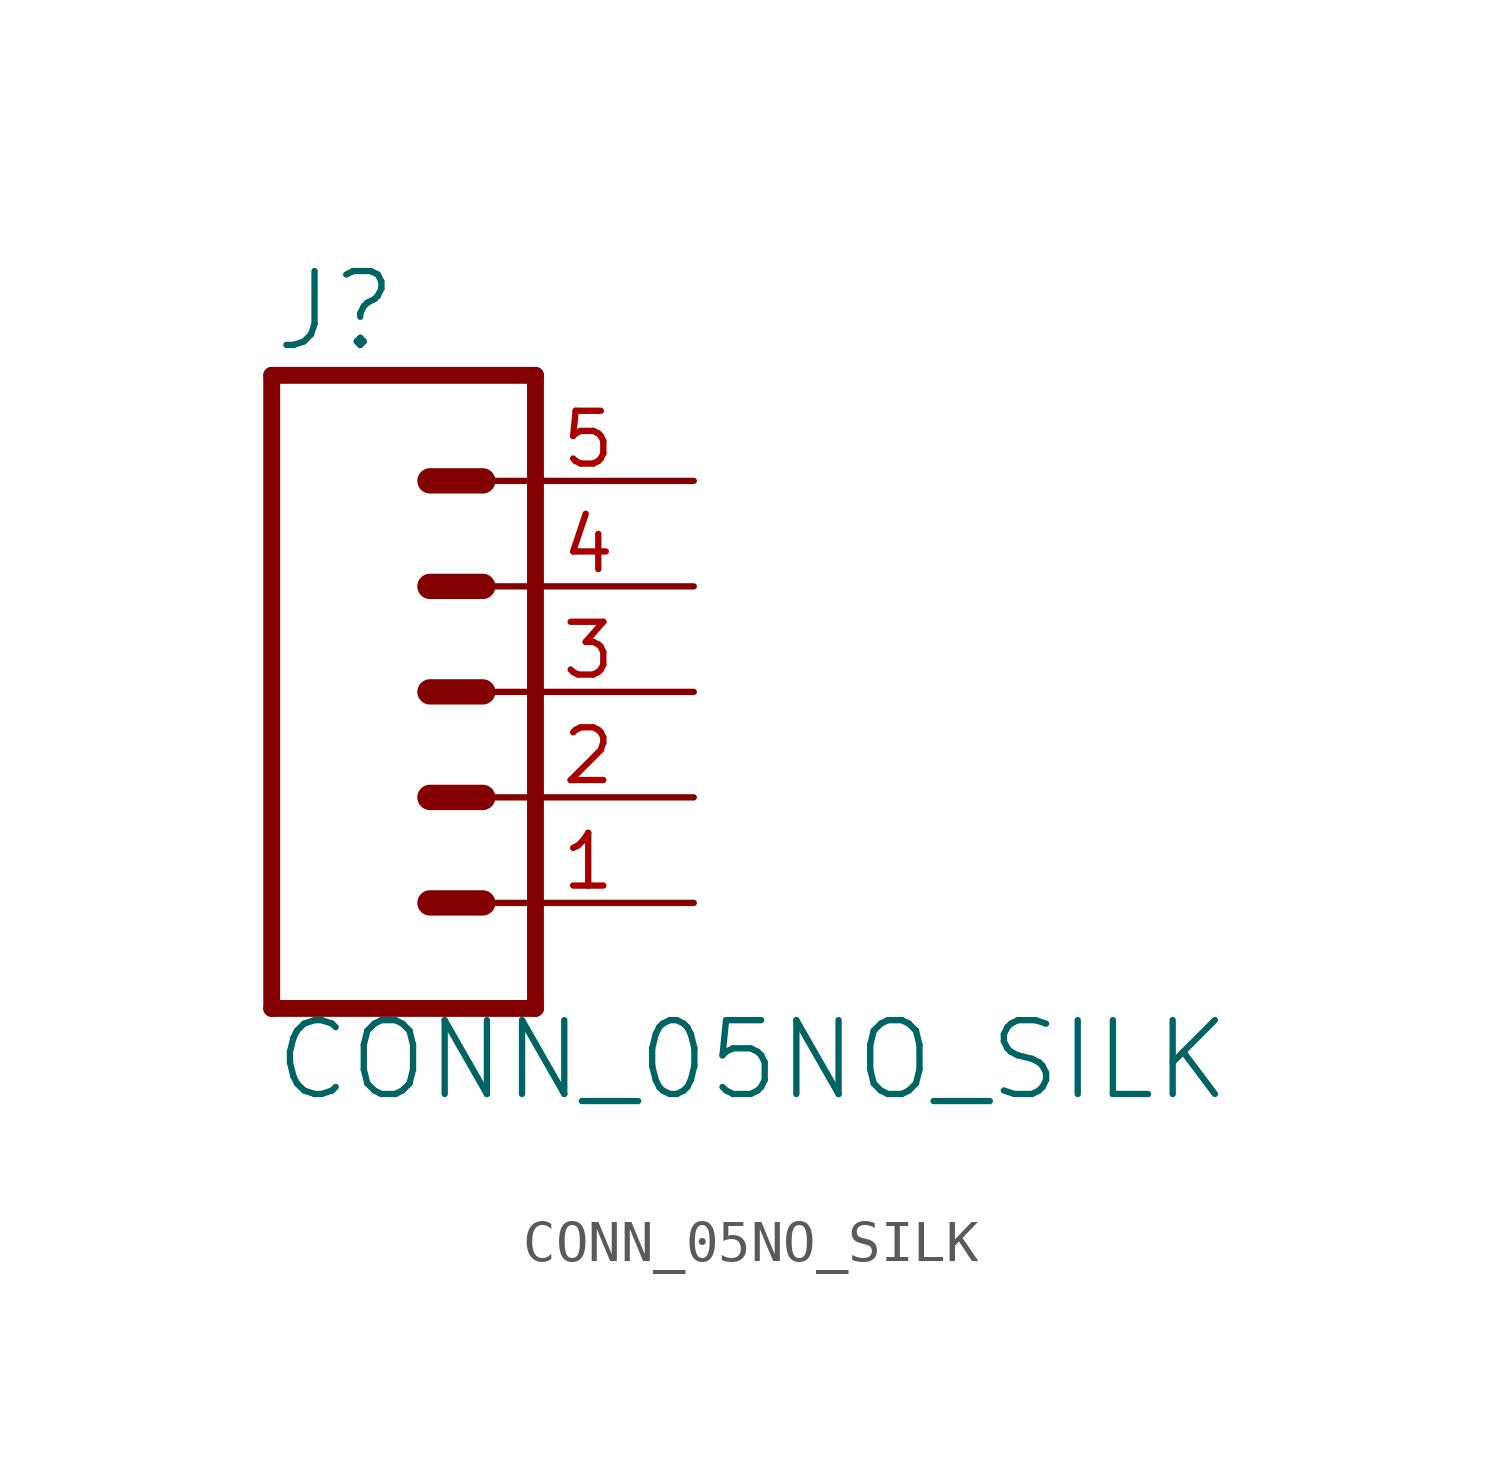
<source format=kicad_sym>
(kicad_symbol_lib
  (version 20211014)
  (generator kicad_symbol_editor)
  (symbol "CONN_05NO_SILK"
    (property "Reference" "J"
      (at -2.54 8.128 0)
      (effects (font (size 1.778 1.778)) (justify left bottom)))
    (property "Value" "CONN_05NO_SILK"
      (at -2.54 -9.906 0)
      (effects (font (size 1.778 1.778)) (justify left bottom)))
    (property "ki_locked" ""
      (at 0 0 0)
      (effects (font (size 1.27 1.27))))
    (symbol "CONN_05NO_SILK_1_0"
      (polyline (pts (xy -2.54 7.62) (xy -2.54 -7.62)) (stroke (width 0.406) (type default) (color 0 0 0 0)) (fill (type none)))
      (polyline (pts (xy -2.54 7.62) (xy 3.81 7.62)) (stroke (width 0.406) (type default) (color 0 0 0 0)) (fill (type none)))
      (polyline (pts (xy 1.27 -5.08) (xy 2.54 -5.08)) (stroke (width 0.61) (type default) (color 0 0 0 0)) (fill (type none)))
      (polyline (pts (xy 1.27 -2.54) (xy 2.54 -2.54)) (stroke (width 0.61) (type default) (color 0 0 0 0)) (fill (type none)))
      (polyline (pts (xy 1.27 0) (xy 2.54 0)) (stroke (width 0.61) (type default) (color 0 0 0 0)) (fill (type none)))
      (polyline (pts (xy 1.27 2.54) (xy 2.54 2.54)) (stroke (width 0.61) (type default) (color 0 0 0 0)) (fill (type none)))
      (polyline (pts (xy 1.27 5.08) (xy 2.54 5.08)) (stroke (width 0.61) (type default) (color 0 0 0 0)) (fill (type none)))
      (polyline (pts (xy 3.81 -7.62) (xy -2.54 -7.62)) (stroke (width 0.406) (type default) (color 0 0 0 0)) (fill (type none)))
      (polyline (pts (xy 3.81 -7.62) (xy 3.81 7.62)) (stroke (width 0.406) (type default) (color 0 0 0 0)) (fill (type none)))
      (pin passive line (at 7.62 -5.08 180) (length 5.08) (name "1" (effects (font (size 0 0)))) (number "1" (effects (font (size 1.27 1.27)))))
      (pin passive line (at 7.62 -2.54 180) (length 5.08) (name "2" (effects (font (size 0 0)))) (number "2" (effects (font (size 1.27 1.27)))))
      (pin passive line (at 7.62 0 180) (length 5.08) (name "3" (effects (font (size 0 0)))) (number "3" (effects (font (size 1.27 1.27)))))
      (pin passive line (at 7.62 2.54 180) (length 5.08) (name "4" (effects (font (size 0 0)))) (number "4" (effects (font (size 1.27 1.27)))))
      (pin passive line (at 7.62 5.08 180) (length 5.08) (name "5" (effects (font (size 0 0)))) (number "5" (effects (font (size 1.27 1.27))))))))
</source>
